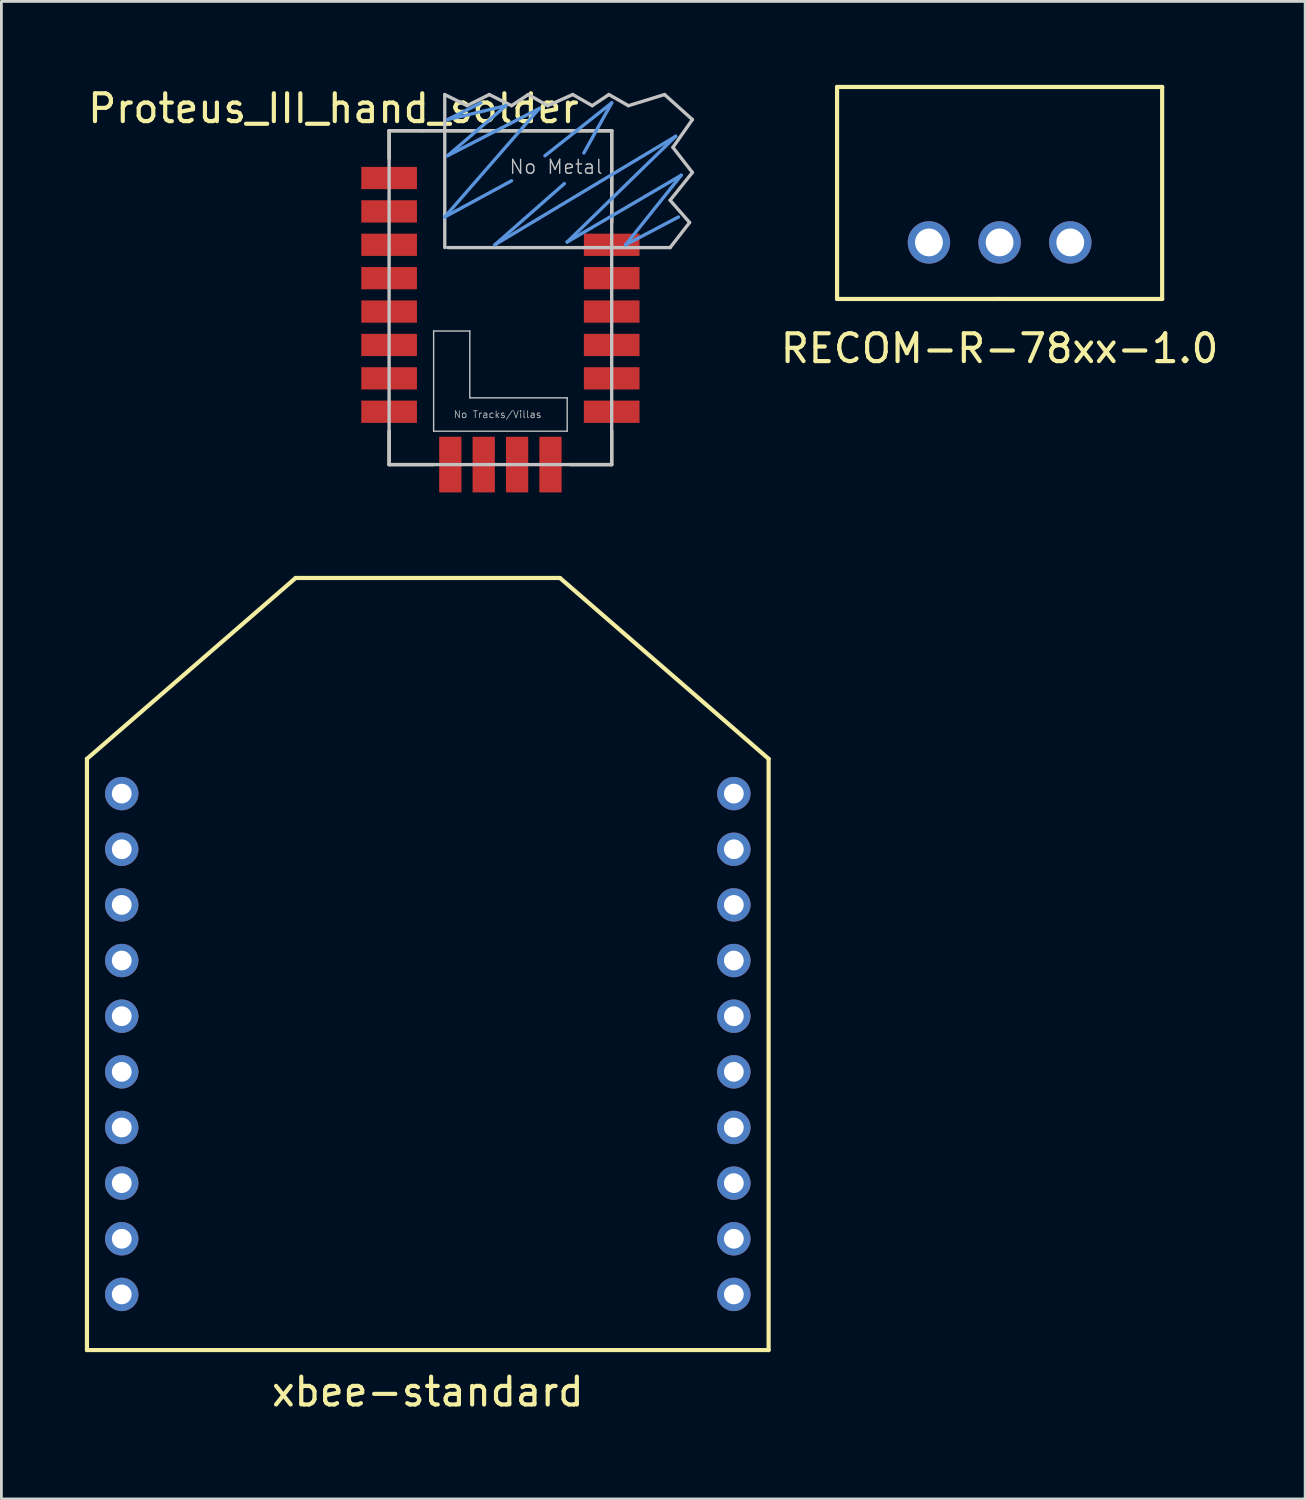
<source format=kicad_pcb>
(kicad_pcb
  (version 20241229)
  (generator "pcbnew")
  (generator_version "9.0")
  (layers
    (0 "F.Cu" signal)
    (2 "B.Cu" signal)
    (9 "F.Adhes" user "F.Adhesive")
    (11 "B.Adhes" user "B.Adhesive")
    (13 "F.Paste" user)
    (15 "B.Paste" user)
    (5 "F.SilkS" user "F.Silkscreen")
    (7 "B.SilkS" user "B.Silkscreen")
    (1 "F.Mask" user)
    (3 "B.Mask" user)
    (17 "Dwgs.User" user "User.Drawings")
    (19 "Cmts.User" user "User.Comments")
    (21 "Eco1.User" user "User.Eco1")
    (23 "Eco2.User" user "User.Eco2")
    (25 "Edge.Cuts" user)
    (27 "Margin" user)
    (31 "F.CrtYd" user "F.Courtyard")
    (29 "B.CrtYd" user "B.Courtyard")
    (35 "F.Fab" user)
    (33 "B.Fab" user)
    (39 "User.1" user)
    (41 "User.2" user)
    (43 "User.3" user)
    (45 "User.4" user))
  (footprint "RECOM-R-78xx-1.0"
    (layer "F.Cu")
    (at 32.877 5.663)
    (property "Reference" "RECOM-R-78xx-1.0" (at 0 3.81 0) (layer "F.SilkS") (effects (font (size 1 1) (thickness 0.15))))
    (attr through_hole)
    (fp_line (start -5.842 -5.588) (end -5.842 2.032) (stroke (width 0.15) (type solid)) (layer "F.SilkS"))
    (fp_line (start -5.842 2.032) (end 0 2.032) (stroke (width 0.15) (type solid)) (layer "F.SilkS"))
    (fp_line (start 0 2.032) (end 5.842 2.032) (stroke (width 0.15) (type solid)) (layer "F.SilkS"))
    (fp_line (start 5.842 -5.588) (end -5.842 -5.588) (stroke (width 0.15) (type solid)) (layer "F.SilkS"))
    (fp_line (start 5.842 2.032) (end 5.842 -5.588) (stroke (width 0.15) (type solid)) (layer "F.SilkS"))
    (pad "1" thru_hole circle (at -2.54 0) (size 1.524 1.524) (drill 1) (layers "*.Cu" "*.Mask"))
    (pad "2" thru_hole circle (at 0 0) (size 1.524 1.524) (drill 1) (layers "*.Cu" "*.Mask"))
    (pad "3" thru_hole circle (at 2.54 0) (size 1.524 1.524) (drill 1) (layers "*.Cu" "*.Mask")))
  (footprint "Proteus_III_hand_solder"
    (layer "F.Cu")
    (at 14.935 8.648)
    (property "Reference" "Proteus_III_hand_solder" (at -6 -7.8 0) (layer "F.SilkS") (effects (font (size 1 1) (thickness 0.15))))
    (attr through_hole)
    (fp_line (start -4 -7) (end -2.8 -7) (stroke (width 0.12) (type solid)) (layer "F.SilkS"))
    (fp_line (start -4 -6) (end -4 -7) (stroke (width 0.12) (type solid)) (layer "F.SilkS"))
    (fp_line (start -4 5) (end -4 3.8) (stroke (width 0.12) (type solid)) (layer "F.SilkS"))
    (fp_line (start -2.4 5) (end -4 5) (stroke (width 0.12) (type solid)) (layer "F.SilkS"))
    (fp_line (start 2.5 5) (end 4 5) (stroke (width 0.12) (type solid)) (layer "F.SilkS"))
    (fp_line (start 4 -7) (end -2.8 -7) (stroke (width 0.12) (type solid)) (layer "F.SilkS"))
    (fp_line (start 4 -3.7) (end 4 -7) (stroke (width 0.12) (type solid)) (layer "F.SilkS"))
    (fp_line (start 4 5) (end 4 3.8) (stroke (width 0.12) (type solid)) (layer "F.SilkS"))
    (fp_line (start -4 -7) (end -4 5) (stroke (width 0.12) (type solid)) (layer "Dwgs.User"))
    (fp_line (start -4 5) (end 4 5) (stroke (width 0.12) (type solid)) (layer "Dwgs.User"))
    (fp_line (start -2.4 0.2) (end -2.4 3.8) (stroke (width 0.05) (type solid)) (layer "Dwgs.User"))
    (fp_line (start -2.4 3.8) (end 2.4 3.8) (stroke (width 0.05) (type solid)) (layer "Dwgs.User"))
    (fp_line (start -2 -8.3) (end -1.2 -7.9) (stroke (width 0.12) (type solid)) (layer "Dwgs.User"))
    (fp_line (start -2 -4) (end -2 -8.3) (stroke (width 0.12) (type solid)) (layer "Dwgs.User"))
    (fp_line (start -2 -2.8) (end -2 -4) (stroke (width 0.12) (type solid)) (layer "Dwgs.User"))
    (fp_line (start -1.2 -7.9) (end -0.4 -8.3) (stroke (width 0.12) (type solid)) (layer "Dwgs.User"))
    (fp_line (start -1.1 0.2) (end -2.4 0.2) (stroke (width 0.05) (type solid)) (layer "Dwgs.User"))
    (fp_line (start -1.1 2.6) (end -1.1 0.2) (stroke (width 0.05) (type solid)) (layer "Dwgs.User"))
    (fp_line (start -0.4 -8.3) (end 0.4 -7.9) (stroke (width 0.12) (type solid)) (layer "Dwgs.User"))
    (fp_line (start 0.4 -7.9) (end 1 -8.3) (stroke (width 0.12) (type solid)) (layer "Dwgs.User"))
    (fp_line (start 1 -8.3) (end 1.7 -7.9) (stroke (width 0.12) (type solid)) (layer "Dwgs.User"))
    (fp_line (start 1.7 -7.9) (end 2.6 -8.3) (stroke (width 0.12) (type solid)) (layer "Dwgs.User"))
    (fp_line (start 2.4 2.6) (end -1.1 2.6) (stroke (width 0.05) (type solid)) (layer "Dwgs.User"))
    (fp_line (start 2.4 3.8) (end 2.4 2.6) (stroke (width 0.05) (type solid)) (layer "Dwgs.User"))
    (fp_line (start 2.6 -8.3) (end 3.3 -7.9) (stroke (width 0.12) (type solid)) (layer "Dwgs.User"))
    (fp_line (start 3.3 -7.9) (end 3.9 -8.3) (stroke (width 0.12) (type solid)) (layer "Dwgs.User"))
    (fp_line (start 3.9 -8.3) (end 4.6 -7.9) (stroke (width 0.12) (type solid)) (layer "Dwgs.User"))
    (fp_line (start 4 -7) (end -4 -7) (stroke (width 0.12) (type solid)) (layer "Dwgs.User"))
    (fp_line (start 4 5) (end 4 -7) (stroke (width 0.12) (type solid)) (layer "Dwgs.User"))
    (fp_line (start 4.6 -7.9) (end 5.9 -8.3) (stroke (width 0.12) (type solid)) (layer "Dwgs.User"))
    (fp_line (start 5.9 -8.3) (end 6.9 -7.4) (stroke (width 0.12) (type solid)) (layer "Dwgs.User"))
    (fp_line (start 6.1 -4.5) (end 6.8 -3.7) (stroke (width 0.12) (type solid)) (layer "Dwgs.User"))
    (fp_line (start 6.1 -2.8) (end -1.9 -2.8) (stroke (width 0.12) (type solid)) (layer "Dwgs.User"))
    (fp_line (start 6.2 -6.4) (end 6.9 -5.5) (stroke (width 0.12) (type solid)) (layer "Dwgs.User"))
    (fp_line (start 6.8 -3.7) (end 6.1 -2.8) (stroke (width 0.12) (type solid)) (layer "Dwgs.User"))
    (fp_line (start 6.9 -7.4) (end 6.2 -6.4) (stroke (width 0.12) (type solid)) (layer "Dwgs.User"))
    (fp_line (start 6.9 -5.5) (end 6.1 -4.5) (stroke (width 0.12) (type solid)) (layer "Dwgs.User"))
    (fp_line (start -2 -3.9) (end 0.4 -5.2) (stroke (width 0.12) (type solid)) (layer "Cmts.User"))
    (fp_line (start -1.9 -7.4) (end 0.2 -7.9) (stroke (width 0.12) (type solid)) (layer "Cmts.User"))
    (fp_line (start -1.9 -6.1) (end 1.4 -7.8) (stroke (width 0.12) (type solid)) (layer "Cmts.User"))
    (fp_line (start -0.7 -8) (end -1.9 -7.4) (stroke (width 0.12) (type solid)) (layer "Cmts.User"))
    (fp_line (start -0.2 -2.9) (end 6.3 -6.8) (stroke (width 0.12) (type solid)) (layer "Cmts.User"))
    (fp_line (start 0.2 -7.9) (end -1.9 -6.1) (stroke (width 0.12) (type solid)) (layer "Cmts.User"))
    (fp_line (start 1.4 -7.8) (end -2 -3.9) (stroke (width 0.12) (type solid)) (layer "Cmts.User"))
    (fp_line (start 1.6 -6.1) (end 4 -8) (stroke (width 0.12) (type solid)) (layer "Cmts.User"))
    (fp_line (start 2.3 -5.1) (end -0.2 -2.9) (stroke (width 0.12) (type solid)) (layer "Cmts.User"))
    (fp_line (start 2.4 -3) (end 6.5 -5.4) (stroke (width 0.12) (type solid)) (layer "Cmts.User"))
    (fp_line (start 4 -8) (end 3 -6.2) (stroke (width 0.12) (type solid)) (layer "Cmts.User"))
    (fp_line (start 4.5 -2.9) (end 6.4 -3.9) (stroke (width 0.12) (type solid)) (layer "Cmts.User"))
    (fp_line (start 6.3 -6.8) (end 2.4 -3) (stroke (width 0.12) (type solid)) (layer "Cmts.User"))
    (fp_line (start 6.5 -5.4) (end 4.5 -2.9) (stroke (width 0.12) (type solid)) (layer "Cmts.User"))
    (fp_text user "No Metal" (at 2 -5.7 0) (layer "Dwgs.User") (effects (font (size 0.5 0.5) (thickness 0.05))))
    (fp_text user "No Tracks/Villas" (at -0.1 3.2 180) (layer "F.Fab") (effects (font (size 0.25 0.25) (thickness 0.03))))
    (pad "1" smd rect (at -4 -5.3 90) (size 0.8 2) (layers "F.Cu" "F.Mask" "F.Paste"))
    (pad "2" smd rect (at -4 -4.1 90) (size 0.8 2) (layers "F.Cu" "F.Mask" "F.Paste"))
    (pad "3" smd rect (at -4 -2.9 90) (size 0.8 2) (layers "F.Cu" "F.Mask" "F.Paste"))
    (pad "4" smd rect (at -4 -1.7 90) (size 0.8 2) (layers "F.Cu" "F.Mask" "F.Paste"))
    (pad "5" smd rect (at -4 -0.5 90) (size 0.8 2) (layers "F.Cu" "F.Mask" "F.Paste"))
    (pad "6" smd rect (at -4 0.7 90) (size 0.8 2) (layers "F.Cu" "F.Mask" "F.Paste"))
    (pad "7" smd rect (at -4 1.9 90) (size 0.8 2) (layers "F.Cu" "F.Mask" "F.Paste"))
    (pad "8" smd rect (at -4 3.1 90) (size 0.8 2) (layers "F.Cu" "F.Mask" "F.Paste"))
    (pad "9" smd rect (at -1.8 5 180) (size 0.8 2) (layers "F.Cu" "F.Mask" "F.Paste"))
    (pad "10" smd rect (at -0.6 5 180) (size 0.8 2) (layers "F.Cu" "F.Mask" "F.Paste"))
    (pad "11" smd rect (at 0.6 5 180) (size 0.8 2) (layers "F.Cu" "F.Mask" "F.Paste"))
    (pad "12" smd rect (at 1.8 5 180) (size 0.8 2) (layers "F.Cu" "F.Mask" "F.Paste"))
    (pad "13" smd rect (at 4 3.1 270) (size 0.8 2) (layers "F.Cu" "F.Mask" "F.Paste"))
    (pad "14" smd rect (at 4 1.9 270) (size 0.8 2) (layers "F.Cu" "F.Mask" "F.Paste"))
    (pad "15" smd rect (at 4 0.7 270) (size 0.8 2) (layers "F.Cu" "F.Mask" "F.Paste"))
    (pad "16" smd rect (at 4 -0.5 270) (size 0.8 2) (layers "F.Cu" "F.Mask" "F.Paste"))
    (pad "17" smd rect (at 4 -1.7 270) (size 0.8 2) (layers "F.Cu" "F.Mask" "F.Paste"))
    (pad "18" smd rect (at 4 -2.9 270) (size 0.8 2) (layers "F.Cu" "F.Mask" "F.Paste")))
  (footprint "xbee-standard"
    (layer "F.Cu")
    (at 12.325 25.473)
    (property "Reference" "xbee-standard" (at 0 21.5 0) (layer "F.SilkS") (effects (font (size 1 1) (thickness 0.15))))
    (attr through_hole)
    (fp_line (start -12.25 -1.25) (end -4.75 -7.75) (stroke (width 0.15) (type solid)) (layer "F.SilkS"))
    (fp_line (start -12.25 20) (end -12.25 -1.25) (stroke (width 0.15) (type solid)) (layer "F.SilkS"))
    (fp_line (start -12.25 20) (end 12.25 20) (stroke (width 0.15) (type solid)) (layer "F.SilkS"))
    (fp_line (start -4.75 -7.75) (end 4.75 -7.75) (stroke (width 0.15) (type solid)) (layer "F.SilkS"))
    (fp_line (start 12.25 -1.25) (end 4.75 -7.75) (stroke (width 0.15) (type solid)) (layer "F.SilkS"))
    (fp_line (start 12.25 20) (end 12.25 -1.25) (stroke (width 0.15) (type solid)) (layer "F.SilkS"))
    (pad "1" thru_hole circle (at -11 0) (size 1.2 1.2) (drill 0.71) (layers "*.Cu" "*.Mask"))
    (pad "2" thru_hole circle (at -11 2) (size 1.2 1.2) (drill 0.71) (layers "*.Cu" "*.Mask"))
    (pad "3" thru_hole circle (at -11 4) (size 1.2 1.2) (drill 0.71) (layers "*.Cu" "*.Mask"))
    (pad "4" thru_hole circle (at -11 6) (size 1.2 1.2) (drill 0.71) (layers "*.Cu" "*.Mask"))
    (pad "5" thru_hole circle (at -11 8) (size 1.2 1.2) (drill 0.71) (layers "*.Cu" "*.Mask"))
    (pad "6" thru_hole circle (at -11 10) (size 1.2 1.2) (drill 0.71) (layers "*.Cu" "*.Mask"))
    (pad "7" thru_hole circle (at -11 12) (size 1.2 1.2) (drill 0.71) (layers "*.Cu" "*.Mask"))
    (pad "8" thru_hole circle (at -11 14) (size 1.2 1.2) (drill 0.71) (layers "*.Cu" "*.Mask"))
    (pad "9" thru_hole circle (at -11 16) (size 1.2 1.2) (drill 0.71) (layers "*.Cu" "*.Mask"))
    (pad "10" thru_hole circle (at -11 18) (size 1.2 1.2) (drill 0.71) (layers "*.Cu" "*.Mask"))
    (pad "11" thru_hole circle (at 11 18) (size 1.2 1.2) (drill 0.71) (layers "*.Cu" "*.Mask"))
    (pad "12" thru_hole circle (at 11 16) (size 1.2 1.2) (drill 0.71) (layers "*.Cu" "*.Mask"))
    (pad "13" thru_hole circle (at 11 14) (size 1.2 1.2) (drill 0.71) (layers "*.Cu" "*.Mask"))
    (pad "14" thru_hole circle (at 11 12) (size 1.2 1.2) (drill 0.71) (layers "*.Cu" "*.Mask"))
    (pad "15" thru_hole circle (at 11 10) (size 1.2 1.2) (drill 0.71) (layers "*.Cu" "*.Mask"))
    (pad "16" thru_hole circle (at 11 8) (size 1.2 1.2) (drill 0.71) (layers "*.Cu" "*.Mask"))
    (pad "17" thru_hole circle (at 11 6) (size 1.2 1.2) (drill 0.71) (layers "*.Cu" "*.Mask"))
    (pad "18" thru_hole circle (at 11 4) (size 1.2 1.2) (drill 0.71) (layers "*.Cu" "*.Mask"))
    (pad "19" thru_hole circle (at 11 2) (size 1.2 1.2) (drill 0.71) (layers "*.Cu" "*.Mask"))
    (pad "20" thru_hole circle (at 11 0) (size 1.2 1.2) (drill 0.71) (layers "*.Cu" "*.Mask")))
  (gr_rect
    (start -3 -3)
    (end 43.859 50.822)
    (stroke (width 0.1) (type default))
    (fill no)
    (layer "Edge.Cuts")))
</source>
